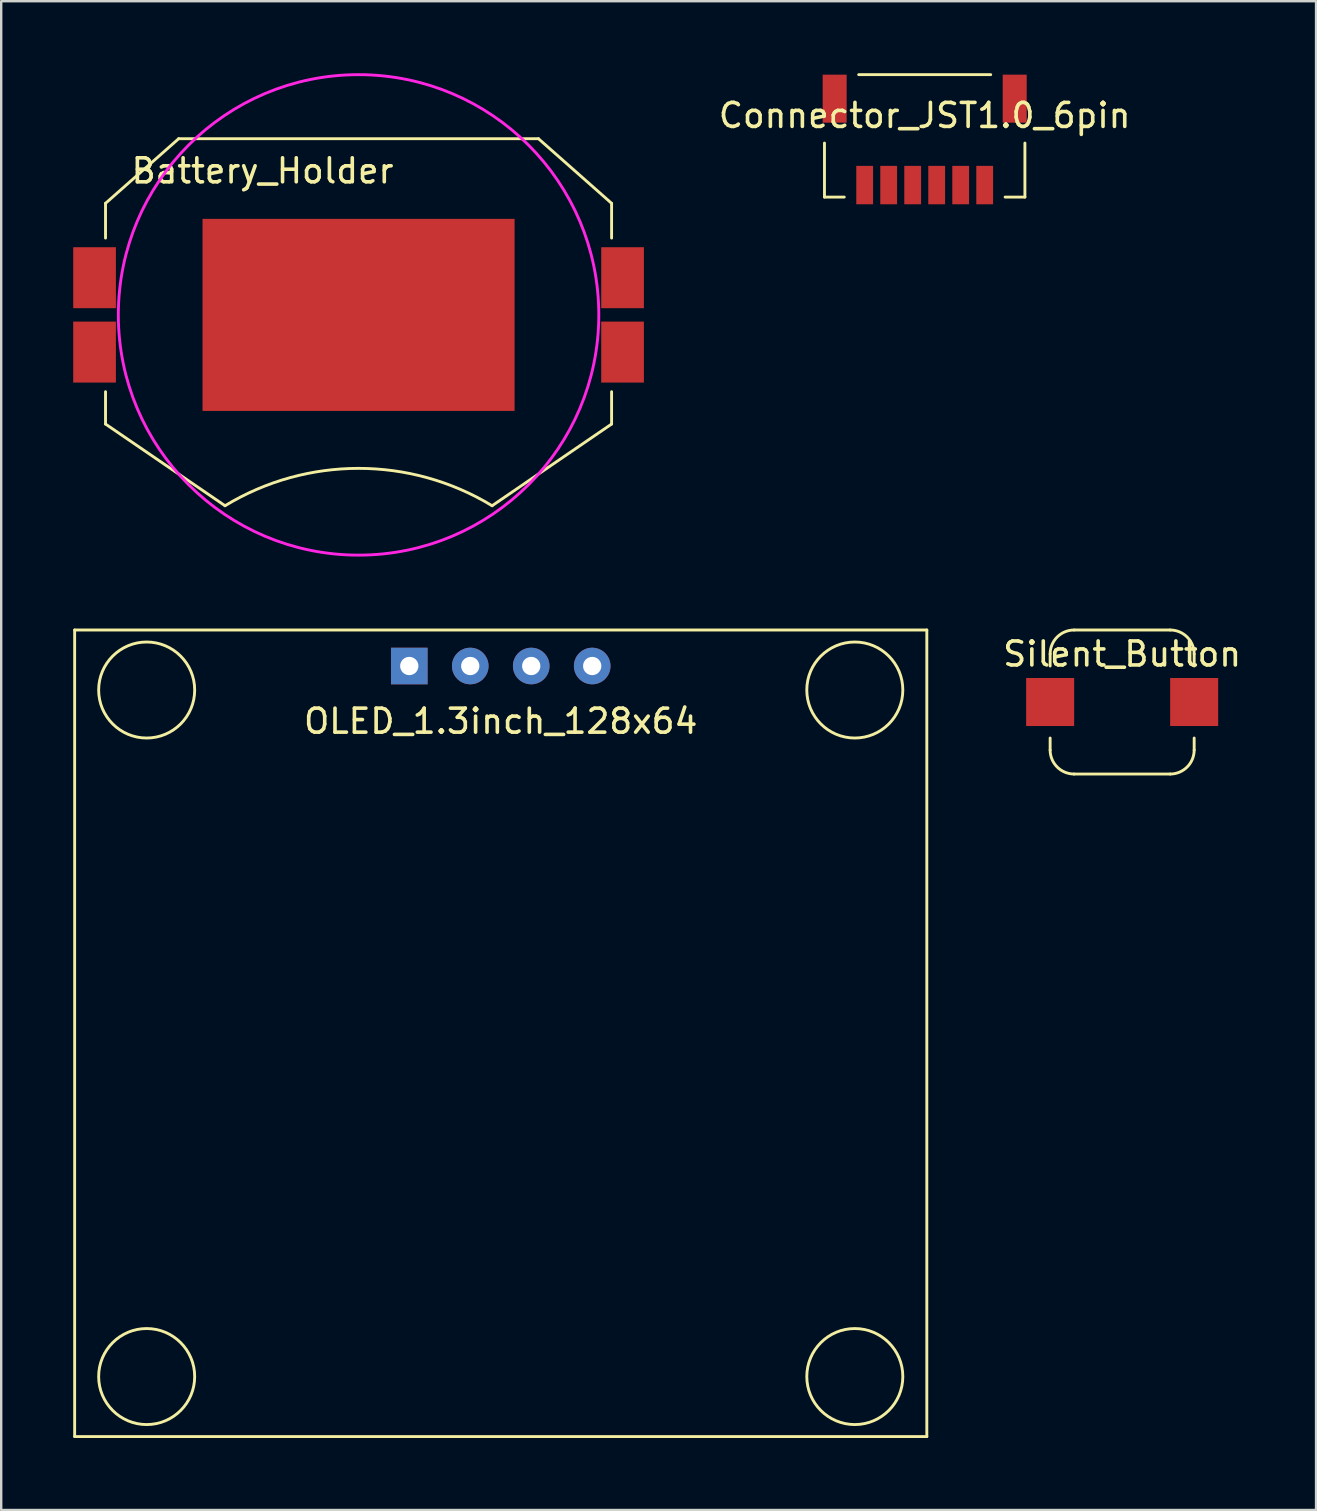
<source format=kicad_pcb>
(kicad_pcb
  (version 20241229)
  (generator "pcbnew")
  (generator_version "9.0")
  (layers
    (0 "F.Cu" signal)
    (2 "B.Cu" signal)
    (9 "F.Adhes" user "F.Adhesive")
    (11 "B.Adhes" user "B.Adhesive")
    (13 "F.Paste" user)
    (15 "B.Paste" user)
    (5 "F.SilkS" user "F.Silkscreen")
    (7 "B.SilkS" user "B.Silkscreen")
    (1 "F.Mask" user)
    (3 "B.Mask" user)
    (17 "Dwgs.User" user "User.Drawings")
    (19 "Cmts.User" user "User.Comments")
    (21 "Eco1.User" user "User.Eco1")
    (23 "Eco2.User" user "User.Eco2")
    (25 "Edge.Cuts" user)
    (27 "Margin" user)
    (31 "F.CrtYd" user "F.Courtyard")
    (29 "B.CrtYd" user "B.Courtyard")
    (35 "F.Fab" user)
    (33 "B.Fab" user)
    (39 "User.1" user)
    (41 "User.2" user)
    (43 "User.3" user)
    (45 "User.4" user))
  (footprint "Silent_Button"
    (layer "F.Cu")
    (at 43.697 26.195)
    (property "Reference" "Silent_Button" (at 0 -2 0) (layer "F.SilkS") (effects (font (size 1 1) (thickness 0.15))))
    (attr through_hole)
    (fp_line (start -3 -2) (end -3 -1.5) (stroke (width 0.12) (type solid)) (layer "F.SilkS"))
    (fp_line (start -3 2) (end -3 1.5) (stroke (width 0.12) (type solid)) (layer "F.SilkS"))
    (fp_line (start -2 -3) (end 2 -3) (stroke (width 0.12) (type solid)) (layer "F.SilkS"))
    (fp_line (start 2 3) (end -2 3) (stroke (width 0.12) (type solid)) (layer "F.SilkS"))
    (fp_line (start 3 -2) (end 3 -1.5) (stroke (width 0.12) (type solid)) (layer "F.SilkS"))
    (fp_line (start 3 1.5) (end 3 2) (stroke (width 0.12) (type solid)) (layer "F.SilkS"))
    (fp_arc (start -3 -2) (mid -2.707107 -2.707107) (end -2 -3) (stroke (width 0.12) (type solid)) (layer "F.SilkS"))
    (fp_arc (start -2 3) (mid -2.707107 2.707107) (end -3 2) (stroke (width 0.12) (type solid)) (layer "F.SilkS"))
    (fp_arc (start 2 -3) (mid 2.707107 -2.707107) (end 3 -2) (stroke (width 0.12) (type solid)) (layer "F.SilkS"))
    (fp_arc (start 3 2) (mid 2.707107 2.707107) (end 2 3) (stroke (width 0.12) (type solid)) (layer "F.SilkS"))
    (pad "1" smd rect (at -3 0) (size 2 2) (layers "F.Cu" "F.Mask" "F.Paste"))
    (pad "2" smd rect (at 3 0) (size 2 2) (layers "F.Cu" "F.Mask" "F.Paste")))
  (footprint "OLED_1.3inch_128x64"
    (layer "F.Cu")
    (at 17.81 39.995)
    (property "Reference" "OLED_1.3inch_128x64" (at 0 -13 0) (layer "F.SilkS") (effects (font (size 1 1) (thickness 0.15))))
    (attr through_hole)
    (fp_line (start -17.75 -16.8) (end -17.75 16.8) (stroke (width 0.12) (type solid)) (layer "F.SilkS"))
    (fp_line (start -17.75 -16.8) (end 17.75 -16.8) (stroke (width 0.12) (type solid)) (layer "F.SilkS"))
    (fp_line (start 17.75 -16.8) (end 17.75 16.8) (stroke (width 0.12) (type solid)) (layer "F.SilkS"))
    (fp_line (start 17.75 16.8) (end -17.75 16.8) (stroke (width 0.12) (type solid)) (layer "F.SilkS"))
    (fp_circle (center -14.75 -14.3) (end -12.75 -14.3) (stroke (width 0.12) (type solid)) (fill no) (layer "F.SilkS"))
    (fp_circle (center -14.75 14.3) (end -12.75 14.3) (stroke (width 0.12) (type solid)) (fill no) (layer "F.SilkS"))
    (fp_circle (center 14.75 -14.3) (end 16.75 -14.3) (stroke (width 0.12) (type solid)) (fill no) (layer "F.SilkS"))
    (fp_circle (center 14.75 14.3) (end 16.75 14.3) (stroke (width 0.12) (type solid)) (fill no) (layer "F.SilkS"))
    (pad "1" thru_hole rect (at -3.81 -15.3) (size 1.524 1.524) (drill 0.762) (layers "*.Cu" "*.Mask"))
    (pad "2" thru_hole circle (at -1.27 -15.3) (size 1.524 1.524) (drill 0.762) (layers "*.Cu" "*.Mask"))
    (pad "3" thru_hole circle (at 1.27 -15.3) (size 1.524 1.524) (drill 0.762) (layers "*.Cu" "*.Mask"))
    (pad "4" thru_hole circle (at 3.81 -15.3) (size 1.524 1.524) (drill 0.762) (layers "*.Cu" "*.Mask")))
  (footprint "Connector_JST1.0_6pin"
    (layer "F.Cu")
    (at 35.471 2.76)
    (property "Reference" "Connector_JST1.0_6pin" (at 0 -1 0) (layer "F.SilkS") (effects (font (size 1 1) (thickness 0.15))))
    (attr through_hole)
    (fp_line (start -4.175 0.15) (end -4.175 2.4) (stroke (width 0.12) (type solid)) (layer "F.SilkS"))
    (fp_line (start -4.175 2.4) (end -3.35 2.4) (stroke (width 0.12) (type solid)) (layer "F.SilkS"))
    (fp_line (start -2.75 -2.7) (end 2.75 -2.7) (stroke (width 0.12) (type solid)) (layer "F.SilkS"))
    (fp_line (start 3.35 2.4) (end 4.175 2.4) (stroke (width 0.12) (type solid)) (layer "F.SilkS"))
    (fp_line (start 4.175 0.15) (end 4.175 2.4) (stroke (width 0.12) (type solid)) (layer "F.SilkS"))
    (pad "" smd rect (at -3.75 -1.7) (size 1 2) (layers "F.Cu" "F.Mask" "F.Paste"))
    (pad "" smd rect (at 3.75 -1.7) (size 1 2) (layers "F.Cu" "F.Mask" "F.Paste"))
    (pad "1" smd rect (at -1.5 1.9) (size 0.7 1.6) (layers "F.Cu" "F.Mask" "F.Paste"))
    (pad "2" smd rect (at -2.5 1.9) (size 0.7 1.6) (layers "F.Cu" "F.Mask" "F.Paste"))
    (pad "3" smd rect (at 0.5 1.9) (size 0.7 1.6) (layers "F.Cu" "F.Mask" "F.Paste"))
    (pad "4" smd rect (at -0.5 1.9) (size 0.7 1.6) (layers "F.Cu" "F.Mask" "F.Paste"))
    (pad "5" smd rect (at 1.5 1.9) (size 0.7 1.6) (layers "F.Cu" "F.Mask" "F.Paste"))
    (pad "6" smd rect (at 2.5 1.9) (size 0.7 1.6) (layers "F.Cu" "F.Mask" "F.Paste")))
  (footprint "Battery_Holder"
    (layer "F.Cu")
    (at 11.887 10.068)
    (property "Reference" "Battery_Holder" (at -4 -6 0) (layer "F.SilkS") (effects (font (size 1 1) (thickness 0.15))))
    (attr through_hole)
    (fp_line (start -10.541 -4.648) (end -7.493 -7.341) (stroke (width 0.12) (type solid)) (layer "F.SilkS"))
    (fp_line (start -10.541 -3.2) (end -10.541 -4.648) (stroke (width 0.12) (type solid)) (layer "F.SilkS"))
    (fp_line (start -10.541 3.2) (end -10.541 4.547) (stroke (width 0.12) (type solid)) (layer "F.SilkS"))
    (fp_line (start -10.541 4.547) (end -5.563 7.95) (stroke (width 0.12) (type solid)) (layer "F.SilkS"))
    (fp_line (start -7.493 -7.341) (end 7.493 -7.341) (stroke (width 0.12) (type solid)) (layer "F.SilkS"))
    (fp_line (start 7.493 -7.341) (end 10.541 -4.648) (stroke (width 0.12) (type solid)) (layer "F.SilkS"))
    (fp_line (start 10.541 -3.2) (end 10.541 -4.648) (stroke (width 0.12) (type solid)) (layer "F.SilkS"))
    (fp_line (start 10.541 3.2) (end 10.541 4.547) (stroke (width 0.12) (type solid)) (layer "F.SilkS"))
    (fp_line (start 10.541 4.547) (end 5.563 7.95) (stroke (width 0.12) (type solid)) (layer "F.SilkS"))
    (fp_arc (start -5.5626 7.9502) (mid 0 6.393634) (end 5.5626 7.9502) (stroke (width 0.12) (type solid)) (layer "F.SilkS"))
    (fp_circle (center 0 0) (end 10.008 0) (stroke (width 0.12) (type solid)) (fill no) (layer "F.CrtYd"))
    (pad "1" smd rect (at -10.998 -1.549) (size 1.778 2.54) (layers "F.Cu" "F.Mask" "F.Paste"))
    (pad "1" smd rect (at -10.998 1.549) (size 1.778 2.54) (layers "F.Cu" "F.Mask" "F.Paste"))
    (pad "1" smd rect (at 10.998 -1.549) (size 1.778 2.54) (layers "F.Cu" "F.Mask" "F.Paste"))
    (pad "1" smd rect (at 10.998 1.549) (size 1.778 2.54) (layers "F.Cu" "F.Mask" "F.Paste"))
    (pad "2" smd rect (at 0 0) (size 13 8.001) (layers "F.Cu" "F.Mask" "F.Paste")))
  (gr_rect
    (start -3 -3)
    (end 51.775 59.855)
    (stroke (width 0.1) (type default))
    (fill no)
    (layer "Edge.Cuts")))
</source>
